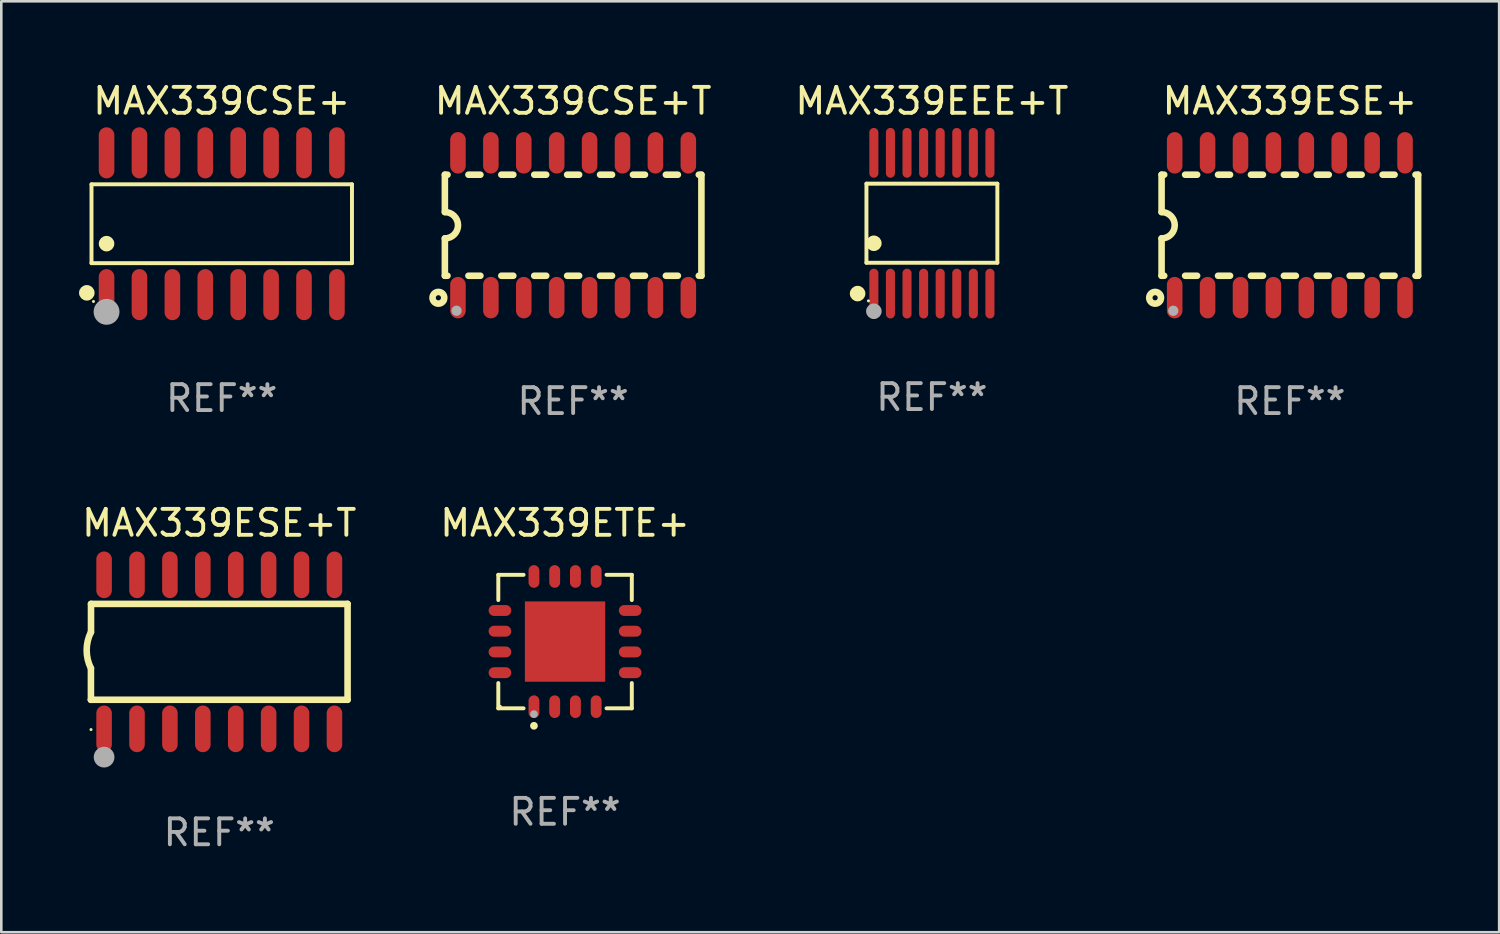
<source format=kicad_pcb>
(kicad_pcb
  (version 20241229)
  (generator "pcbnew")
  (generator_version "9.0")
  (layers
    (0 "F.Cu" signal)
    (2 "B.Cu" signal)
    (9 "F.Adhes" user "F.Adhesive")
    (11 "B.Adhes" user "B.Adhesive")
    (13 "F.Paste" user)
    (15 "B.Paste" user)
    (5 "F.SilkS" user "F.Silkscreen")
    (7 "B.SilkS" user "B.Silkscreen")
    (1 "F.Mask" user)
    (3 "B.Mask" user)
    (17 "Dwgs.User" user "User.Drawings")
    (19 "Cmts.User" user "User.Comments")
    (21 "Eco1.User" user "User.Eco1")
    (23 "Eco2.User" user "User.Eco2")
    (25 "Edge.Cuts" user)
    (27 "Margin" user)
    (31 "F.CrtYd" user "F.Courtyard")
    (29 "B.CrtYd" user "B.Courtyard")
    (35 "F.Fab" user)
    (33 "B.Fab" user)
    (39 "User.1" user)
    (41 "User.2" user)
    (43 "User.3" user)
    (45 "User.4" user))
  (footprint "MAX339ESE+T"
    (layer "F.Cu")
    (at 5.411 22.105)
    (property "Reference" "MAX339ESE+T" (at 0 -4.972 0) (layer "F.SilkS") (effects (font (size 1 1) (thickness 0.15))))
    (attr through_hole)
    (fp_line (start -4.952 0.635) (end -4.952 1.85) (stroke (width 0.254) (type solid)) (layer "F.SilkS"))
    (fp_line (start -4.952 1.85) (end -4.949 1.85) (stroke (width 0.254) (type solid)) (layer "F.SilkS"))
    (fp_line (start -4.949 -1.85) (end -4.949 -0.762) (stroke (width 0.254) (type solid)) (layer "F.SilkS"))
    (fp_line (start -4.949 1.85) (end 4.952 1.85) (stroke (width 0.254) (type solid)) (layer "F.SilkS"))
    (fp_line (start 4.952 -1.85) (end -4.949 -1.85) (stroke (width 0.254) (type solid)) (layer "F.SilkS"))
    (fp_line (start 4.952 1.85) (end 4.952 -1.85) (stroke (width 0.254) (type solid)) (layer "F.SilkS"))
    (fp_arc (start -4.951524 0.635001) (mid -5.116418 -0.0635) (end -4.951524 -0.762002) (stroke (width 0.254001) (type solid)) (layer "F.SilkS"))
    (fp_circle (center -4.949 3) (end -4.919 3) (stroke (width 0.06) (type solid)) (fill no) (layer "F.SilkS"))
    (fp_circle (center -4.444 4.064) (end -4.244 4.064) (stroke (width 0.4) (type solid)) (fill no) (layer "F.Fab"))
    (fp_text user "REF**" (at 0 6.972 0) (layer "F.Fab") (effects (font (size 1 1) (thickness 0.15))))
    (pad "1" smd oval (at -4.444 2.972 180) (size 0.6 1.8) (layers "F.Cu" "F.Mask" "F.Paste"))
    (pad "2" smd oval (at -3.174 2.972 180) (size 0.6 1.8) (layers "F.Cu" "F.Mask" "F.Paste"))
    (pad "3" smd oval (at -1.904 2.972 180) (size 0.6 1.8) (layers "F.Cu" "F.Mask" "F.Paste"))
    (pad "4" smd oval (at -0.634 2.972 180) (size 0.6 1.8) (layers "F.Cu" "F.Mask" "F.Paste"))
    (pad "5" smd oval (at 0.636 2.972 180) (size 0.6 1.8) (layers "F.Cu" "F.Mask" "F.Paste"))
    (pad "6" smd oval (at 1.906 2.972 180) (size 0.6 1.8) (layers "F.Cu" "F.Mask" "F.Paste"))
    (pad "7" smd oval (at 3.176 2.972 180) (size 0.6 1.8) (layers "F.Cu" "F.Mask" "F.Paste"))
    (pad "8" smd oval (at 4.446 2.972 180) (size 0.6 1.8) (layers "F.Cu" "F.Mask" "F.Paste"))
    (pad "9" smd oval (at 4.446 -2.972 180) (size 0.6 1.8) (layers "F.Cu" "F.Mask" "F.Paste"))
    (pad "10" smd oval (at 3.176 -2.972 180) (size 0.6 1.8) (layers "F.Cu" "F.Mask" "F.Paste"))
    (pad "11" smd oval (at 1.906 -2.972 180) (size 0.6 1.8) (layers "F.Cu" "F.Mask" "F.Paste"))
    (pad "12" smd oval (at 0.636 -2.972 180) (size 0.6 1.8) (layers "F.Cu" "F.Mask" "F.Paste"))
    (pad "13" smd oval (at -0.634 -2.972 180) (size 0.6 1.8) (layers "F.Cu" "F.Mask" "F.Paste"))
    (pad "14" smd oval (at -1.904 -2.972 180) (size 0.6 1.8) (layers "F.Cu" "F.Mask" "F.Paste"))
    (pad "15" smd oval (at -3.174 -2.972 180) (size 0.6 1.8) (layers "F.Cu" "F.Mask" "F.Paste"))
    (pad "16" smd oval (at -4.444 -2.972 180) (size 0.6 1.8) (layers "F.Cu" "F.Mask" "F.Paste")))
  (footprint "MAX339CSE+T"
    (layer "F.Cu")
    (at 19.068 5.642)
    (property "Reference" "MAX339CSE+T" (at 0 -4.794 0) (layer "F.SilkS") (effects (font (size 1 1) (thickness 0.15))))
    (attr through_hole)
    (fp_line (start -4.95 -1.95) (end -4.95 -0.508) (stroke (width 0.254) (type solid)) (layer "F.SilkS"))
    (fp_line (start -4.95 -1.95) (end -4.849 -1.95) (stroke (width 0.254) (type solid)) (layer "F.SilkS"))
    (fp_line (start -4.95 1.95) (end -4.95 0.508) (stroke (width 0.254) (type solid)) (layer "F.SilkS"))
    (fp_line (start -4.95 1.95) (end -4.849 1.95) (stroke (width 0.254) (type solid)) (layer "F.SilkS"))
    (fp_line (start -4.041 -1.95) (end -3.579 -1.95) (stroke (width 0.254) (type solid)) (layer "F.SilkS"))
    (fp_line (start -4.041 1.95) (end -3.579 1.95) (stroke (width 0.254) (type solid)) (layer "F.SilkS"))
    (fp_line (start -2.771 -1.95) (end -2.309 -1.95) (stroke (width 0.254) (type solid)) (layer "F.SilkS"))
    (fp_line (start -2.771 1.95) (end -2.309 1.95) (stroke (width 0.254) (type solid)) (layer "F.SilkS"))
    (fp_line (start -1.501 -1.95) (end -1.039 -1.95) (stroke (width 0.254) (type solid)) (layer "F.SilkS"))
    (fp_line (start -1.501 1.95) (end -1.039 1.95) (stroke (width 0.254) (type solid)) (layer "F.SilkS"))
    (fp_line (start -0.231 -1.95) (end 0.231 -1.95) (stroke (width 0.254) (type solid)) (layer "F.SilkS"))
    (fp_line (start -0.231 1.95) (end 0.231 1.95) (stroke (width 0.254) (type solid)) (layer "F.SilkS"))
    (fp_line (start 1.039 -1.95) (end 1.501 -1.95) (stroke (width 0.254) (type solid)) (layer "F.SilkS"))
    (fp_line (start 1.039 1.95) (end 1.501 1.95) (stroke (width 0.254) (type solid)) (layer "F.SilkS"))
    (fp_line (start 2.309 -1.95) (end 2.771 -1.95) (stroke (width 0.254) (type solid)) (layer "F.SilkS"))
    (fp_line (start 2.309 1.95) (end 2.771 1.95) (stroke (width 0.254) (type solid)) (layer "F.SilkS"))
    (fp_line (start 3.579 -1.95) (end 4.041 -1.95) (stroke (width 0.254) (type solid)) (layer "F.SilkS"))
    (fp_line (start 3.579 1.95) (end 4.041 1.95) (stroke (width 0.254) (type solid)) (layer "F.SilkS"))
    (fp_line (start 4.849 -1.95) (end 4.95 -1.95) (stroke (width 0.254) (type solid)) (layer "F.SilkS"))
    (fp_line (start 4.849 1.95) (end 4.95 1.95) (stroke (width 0.254) (type solid)) (layer "F.SilkS"))
    (fp_line (start 4.95 -1.95) (end 4.95 1.95) (stroke (width 0.254) (type solid)) (layer "F.SilkS"))
    (fp_arc (start -4.95047 -0.508001) (mid -4.442469 -0.000228) (end -4.950013 0.508001) (stroke (width 0.254001) (type solid)) (layer "F.SilkS"))
    (fp_circle (center -5.2 2.8) (end -5.1 2.8) (stroke (width 0.254) (type solid)) (fill no) (layer "F.SilkS"))
    (fp_circle (center -4.95 2.947) (end -4.92 2.947) (stroke (width 0.06) (type solid)) (fill no) (layer "F.SilkS"))
    (fp_circle (center -4.5 3.3) (end -4.4 3.3) (stroke (width 0.2) (type solid)) (fill no) (layer "F.Fab"))
    (fp_text user "REF**" (at 0 6.794 0) (layer "F.Fab") (effects (font (size 1 1) (thickness 0.15))))
    (pad "1" smd oval (at -4.445 2.794) (size 0.6 1.6) (layers "F.Cu" "F.Mask" "F.Paste"))
    (pad "2" smd oval (at -3.175 2.794) (size 0.6 1.6) (layers "F.Cu" "F.Mask" "F.Paste"))
    (pad "3" smd oval (at -1.905 2.794) (size 0.6 1.6) (layers "F.Cu" "F.Mask" "F.Paste"))
    (pad "4" smd oval (at -0.635 2.794) (size 0.6 1.6) (layers "F.Cu" "F.Mask" "F.Paste"))
    (pad "5" smd oval (at 0.635 2.794) (size 0.6 1.6) (layers "F.Cu" "F.Mask" "F.Paste"))
    (pad "6" smd oval (at 1.905 2.794) (size 0.6 1.6) (layers "F.Cu" "F.Mask" "F.Paste"))
    (pad "7" smd oval (at 3.175 2.794) (size 0.6 1.6) (layers "F.Cu" "F.Mask" "F.Paste"))
    (pad "8" smd oval (at 4.445 2.794) (size 0.6 1.6) (layers "F.Cu" "F.Mask" "F.Paste"))
    (pad "9" smd oval (at 4.445 -2.794) (size 0.6 1.6) (layers "F.Cu" "F.Mask" "F.Paste"))
    (pad "10" smd oval (at 3.175 -2.794) (size 0.6 1.6) (layers "F.Cu" "F.Mask" "F.Paste"))
    (pad "11" smd oval (at 1.905 -2.794) (size 0.6 1.6) (layers "F.Cu" "F.Mask" "F.Paste"))
    (pad "12" smd oval (at 0.635 -2.794) (size 0.6 1.6) (layers "F.Cu" "F.Mask" "F.Paste"))
    (pad "13" smd oval (at -0.635 -2.794) (size 0.6 1.6) (layers "F.Cu" "F.Mask" "F.Paste"))
    (pad "14" smd oval (at -1.905 -2.794) (size 0.6 1.6) (layers "F.Cu" "F.Mask" "F.Paste"))
    (pad "15" smd oval (at -3.175 -2.794) (size 0.6 1.6) (layers "F.Cu" "F.Mask" "F.Paste"))
    (pad "16" smd oval (at -4.445 -2.794) (size 0.6 1.6) (layers "F.Cu" "F.Mask" "F.Paste")))
  (footprint "MAX339CSE+"
    (layer "F.Cu")
    (at 5.507 5.584)
    (property "Reference" "MAX339CSE+" (at 0 -4.736 0) (layer "F.SilkS") (effects (font (size 1 1) (thickness 0.15))))
    (attr through_hole)
    (fp_line (start -5.026 -1.521) (end 5.026 -1.521) (stroke (width 0.152) (type solid)) (layer "F.SilkS"))
    (fp_line (start -5.026 1.521) (end -5.026 -1.521) (stroke (width 0.152) (type solid)) (layer "F.SilkS"))
    (fp_line (start 5.026 -1.521) (end 5.026 1.521) (stroke (width 0.152) (type solid)) (layer "F.SilkS"))
    (fp_line (start 5.026 1.521) (end -5.026 1.521) (stroke (width 0.152) (type solid)) (layer "F.SilkS"))
    (fp_circle (center -5.207 2.667) (end -5.057 2.667) (stroke (width 0.3) (type solid)) (fill no) (layer "F.SilkS"))
    (fp_circle (center -4.95 3) (end -4.92 3) (stroke (width 0.06) (type solid)) (fill no) (layer "F.SilkS"))
    (fp_circle (center -4.445 0.769) (end -4.295 0.769) (stroke (width 0.3) (type solid)) (fill no) (layer "F.SilkS"))
    (fp_circle (center -4.445 3.4) (end -4.195 3.4) (stroke (width 0.5) (type solid)) (fill no) (layer "F.Fab"))
    (fp_text user "REF**" (at 0 6.736 0) (layer "F.Fab") (effects (font (size 1 1) (thickness 0.15))))
    (pad "1" smd oval (at -4.445 2.736) (size 0.602 1.971) (layers "F.Cu" "F.Mask" "F.Paste"))
    (pad "2" smd oval (at -3.175 2.736) (size 0.602 1.971) (layers "F.Cu" "F.Mask" "F.Paste"))
    (pad "3" smd oval (at -1.905 2.736) (size 0.602 1.971) (layers "F.Cu" "F.Mask" "F.Paste"))
    (pad "4" smd oval (at -0.635 2.736) (size 0.602 1.971) (layers "F.Cu" "F.Mask" "F.Paste"))
    (pad "5" smd oval (at 0.635 2.736) (size 0.602 1.971) (layers "F.Cu" "F.Mask" "F.Paste"))
    (pad "6" smd oval (at 1.905 2.736) (size 0.602 1.971) (layers "F.Cu" "F.Mask" "F.Paste"))
    (pad "7" smd oval (at 3.175 2.736) (size 0.602 1.971) (layers "F.Cu" "F.Mask" "F.Paste"))
    (pad "8" smd oval (at 4.445 2.736) (size 0.602 1.971) (layers "F.Cu" "F.Mask" "F.Paste"))
    (pad "9" smd oval (at 4.445 -2.736) (size 0.602 1.971) (layers "F.Cu" "F.Mask" "F.Paste"))
    (pad "10" smd oval (at 3.175 -2.736) (size 0.602 1.971) (layers "F.Cu" "F.Mask" "F.Paste"))
    (pad "11" smd oval (at 1.905 -2.736) (size 0.602 1.971) (layers "F.Cu" "F.Mask" "F.Paste"))
    (pad "12" smd oval (at 0.635 -2.736) (size 0.602 1.971) (layers "F.Cu" "F.Mask" "F.Paste"))
    (pad "13" smd oval (at -0.635 -2.736) (size 0.602 1.971) (layers "F.Cu" "F.Mask" "F.Paste"))
    (pad "14" smd oval (at -1.905 -2.736) (size 0.602 1.971) (layers "F.Cu" "F.Mask" "F.Paste"))
    (pad "15" smd oval (at -3.175 -2.736) (size 0.602 1.971) (layers "F.Cu" "F.Mask" "F.Paste"))
    (pad "16" smd oval (at -4.445 -2.736) (size 0.602 1.971) (layers "F.Cu" "F.Mask" "F.Paste")))
  (footprint "MAX339ESE+"
    (layer "F.Cu")
    (at 46.727 5.642)
    (property "Reference" "MAX339ESE+" (at 0 -4.794 0) (layer "F.SilkS") (effects (font (size 1 1) (thickness 0.15))))
    (attr through_hole)
    (fp_line (start -4.95 -1.95) (end -4.95 -0.508) (stroke (width 0.254) (type solid)) (layer "F.SilkS"))
    (fp_line (start -4.95 -1.95) (end -4.849 -1.95) (stroke (width 0.254) (type solid)) (layer "F.SilkS"))
    (fp_line (start -4.95 1.95) (end -4.95 0.508) (stroke (width 0.254) (type solid)) (layer "F.SilkS"))
    (fp_line (start -4.95 1.95) (end -4.849 1.95) (stroke (width 0.254) (type solid)) (layer "F.SilkS"))
    (fp_line (start -4.041 -1.95) (end -3.579 -1.95) (stroke (width 0.254) (type solid)) (layer "F.SilkS"))
    (fp_line (start -4.041 1.95) (end -3.579 1.95) (stroke (width 0.254) (type solid)) (layer "F.SilkS"))
    (fp_line (start -2.771 -1.95) (end -2.309 -1.95) (stroke (width 0.254) (type solid)) (layer "F.SilkS"))
    (fp_line (start -2.771 1.95) (end -2.309 1.95) (stroke (width 0.254) (type solid)) (layer "F.SilkS"))
    (fp_line (start -1.501 -1.95) (end -1.039 -1.95) (stroke (width 0.254) (type solid)) (layer "F.SilkS"))
    (fp_line (start -1.501 1.95) (end -1.039 1.95) (stroke (width 0.254) (type solid)) (layer "F.SilkS"))
    (fp_line (start -0.231 -1.95) (end 0.231 -1.95) (stroke (width 0.254) (type solid)) (layer "F.SilkS"))
    (fp_line (start -0.231 1.95) (end 0.231 1.95) (stroke (width 0.254) (type solid)) (layer "F.SilkS"))
    (fp_line (start 1.039 -1.95) (end 1.501 -1.95) (stroke (width 0.254) (type solid)) (layer "F.SilkS"))
    (fp_line (start 1.039 1.95) (end 1.501 1.95) (stroke (width 0.254) (type solid)) (layer "F.SilkS"))
    (fp_line (start 2.309 -1.95) (end 2.771 -1.95) (stroke (width 0.254) (type solid)) (layer "F.SilkS"))
    (fp_line (start 2.309 1.95) (end 2.771 1.95) (stroke (width 0.254) (type solid)) (layer "F.SilkS"))
    (fp_line (start 3.579 -1.95) (end 4.041 -1.95) (stroke (width 0.254) (type solid)) (layer "F.SilkS"))
    (fp_line (start 3.579 1.95) (end 4.041 1.95) (stroke (width 0.254) (type solid)) (layer "F.SilkS"))
    (fp_line (start 4.849 -1.95) (end 4.95 -1.95) (stroke (width 0.254) (type solid)) (layer "F.SilkS"))
    (fp_line (start 4.849 1.95) (end 4.95 1.95) (stroke (width 0.254) (type solid)) (layer "F.SilkS"))
    (fp_line (start 4.95 -1.95) (end 4.95 1.95) (stroke (width 0.254) (type solid)) (layer "F.SilkS"))
    (fp_arc (start -4.95047 -0.508001) (mid -4.442469 -0.000228) (end -4.950013 0.508001) (stroke (width 0.254001) (type solid)) (layer "F.SilkS"))
    (fp_circle (center -5.2 2.8) (end -5.1 2.8) (stroke (width 0.254) (type solid)) (fill no) (layer "F.SilkS"))
    (fp_circle (center -4.95 2.947) (end -4.92 2.947) (stroke (width 0.06) (type solid)) (fill no) (layer "F.SilkS"))
    (fp_circle (center -4.5 3.3) (end -4.4 3.3) (stroke (width 0.2) (type solid)) (fill no) (layer "F.Fab"))
    (fp_text user "REF**" (at 0 6.794 0) (layer "F.Fab") (effects (font (size 1 1) (thickness 0.15))))
    (pad "1" smd oval (at -4.445 2.794) (size 0.6 1.6) (layers "F.Cu" "F.Mask" "F.Paste"))
    (pad "2" smd oval (at -3.175 2.794) (size 0.6 1.6) (layers "F.Cu" "F.Mask" "F.Paste"))
    (pad "3" smd oval (at -1.905 2.794) (size 0.6 1.6) (layers "F.Cu" "F.Mask" "F.Paste"))
    (pad "4" smd oval (at -0.635 2.794) (size 0.6 1.6) (layers "F.Cu" "F.Mask" "F.Paste"))
    (pad "5" smd oval (at 0.635 2.794) (size 0.6 1.6) (layers "F.Cu" "F.Mask" "F.Paste"))
    (pad "6" smd oval (at 1.905 2.794) (size 0.6 1.6) (layers "F.Cu" "F.Mask" "F.Paste"))
    (pad "7" smd oval (at 3.175 2.794) (size 0.6 1.6) (layers "F.Cu" "F.Mask" "F.Paste"))
    (pad "8" smd oval (at 4.445 2.794) (size 0.6 1.6) (layers "F.Cu" "F.Mask" "F.Paste"))
    (pad "9" smd oval (at 4.445 -2.794) (size 0.6 1.6) (layers "F.Cu" "F.Mask" "F.Paste"))
    (pad "10" smd oval (at 3.175 -2.794) (size 0.6 1.6) (layers "F.Cu" "F.Mask" "F.Paste"))
    (pad "11" smd oval (at 1.905 -2.794) (size 0.6 1.6) (layers "F.Cu" "F.Mask" "F.Paste"))
    (pad "12" smd oval (at 0.635 -2.794) (size 0.6 1.6) (layers "F.Cu" "F.Mask" "F.Paste"))
    (pad "13" smd oval (at -0.635 -2.794) (size 0.6 1.6) (layers "F.Cu" "F.Mask" "F.Paste"))
    (pad "14" smd oval (at -1.905 -2.794) (size 0.6 1.6) (layers "F.Cu" "F.Mask" "F.Paste"))
    (pad "15" smd oval (at -3.175 -2.794) (size 0.6 1.6) (layers "F.Cu" "F.Mask" "F.Paste"))
    (pad "16" smd oval (at -4.445 -2.794) (size 0.6 1.6) (layers "F.Cu" "F.Mask" "F.Paste")))
  (footprint "MAX339EEE+T"
    (layer "F.Cu")
    (at 32.913 5.564)
    (property "Reference" "MAX339EEE+T" (at 0 -4.716 0) (layer "F.SilkS") (effects (font (size 1 1) (thickness 0.15))))
    (attr through_hole)
    (fp_line (start -2.526 -1.526) (end 2.526 -1.526) (stroke (width 0.152) (type solid)) (layer "F.SilkS"))
    (fp_line (start -2.526 1.526) (end -2.526 -1.526) (stroke (width 0.152) (type solid)) (layer "F.SilkS"))
    (fp_line (start 2.526 -1.526) (end 2.526 1.526) (stroke (width 0.152) (type solid)) (layer "F.SilkS"))
    (fp_line (start 2.526 1.526) (end -2.526 1.526) (stroke (width 0.152) (type solid)) (layer "F.SilkS"))
    (fp_circle (center -2.867 2.716) (end -2.717 2.716) (stroke (width 0.3) (type solid)) (fill no) (layer "F.SilkS"))
    (fp_circle (center -2.45 2.997) (end -2.42 2.997) (stroke (width 0.06) (type solid)) (fill no) (layer "F.SilkS"))
    (fp_circle (center -2.24 0.774) (end -2.09 0.774) (stroke (width 0.3) (type solid)) (fill no) (layer "F.SilkS"))
    (fp_circle (center -2.24 3.398) (end -2.09 3.398) (stroke (width 0.3) (type solid)) (fill no) (layer "F.Fab"))
    (fp_text user "REF**" (at 0 6.716 0) (layer "F.Fab") (effects (font (size 1 1) (thickness 0.15))))
    (pad "1" smd oval (at -2.24 2.716) (size 0.35 1.922) (layers "F.Cu" "F.Mask" "F.Paste"))
    (pad "2" smd oval (at -1.6 2.716) (size 0.35 1.922) (layers "F.Cu" "F.Mask" "F.Paste"))
    (pad "3" smd oval (at -0.96 2.716) (size 0.35 1.922) (layers "F.Cu" "F.Mask" "F.Paste"))
    (pad "4" smd oval (at -0.32 2.716) (size 0.35 1.922) (layers "F.Cu" "F.Mask" "F.Paste"))
    (pad "5" smd oval (at 0.32 2.716) (size 0.35 1.922) (layers "F.Cu" "F.Mask" "F.Paste"))
    (pad "6" smd oval (at 0.96 2.716) (size 0.35 1.922) (layers "F.Cu" "F.Mask" "F.Paste"))
    (pad "7" smd oval (at 1.6 2.716) (size 0.35 1.922) (layers "F.Cu" "F.Mask" "F.Paste"))
    (pad "8" smd oval (at 2.24 2.716) (size 0.35 1.922) (layers "F.Cu" "F.Mask" "F.Paste"))
    (pad "9" smd oval (at 2.24 -2.716) (size 0.35 1.922) (layers "F.Cu" "F.Mask" "F.Paste"))
    (pad "10" smd oval (at 1.6 -2.716) (size 0.35 1.922) (layers "F.Cu" "F.Mask" "F.Paste"))
    (pad "11" smd oval (at 0.96 -2.716) (size 0.35 1.922) (layers "F.Cu" "F.Mask" "F.Paste"))
    (pad "12" smd oval (at 0.32 -2.716) (size 0.35 1.922) (layers "F.Cu" "F.Mask" "F.Paste"))
    (pad "13" smd oval (at -0.32 -2.716) (size 0.35 1.922) (layers "F.Cu" "F.Mask" "F.Paste"))
    (pad "14" smd oval (at -0.96 -2.716) (size 0.35 1.922) (layers "F.Cu" "F.Mask" "F.Paste"))
    (pad "15" smd oval (at -1.6 -2.716) (size 0.35 1.922) (layers "F.Cu" "F.Mask" "F.Paste"))
    (pad "16" smd oval (at -2.24 -2.716) (size 0.35 1.922) (layers "F.Cu" "F.Mask" "F.Paste")))
  (footprint "MAX339ETE+"
    (layer "F.Cu")
    (at 18.756 21.709)
    (property "Reference" "MAX339ETE+" (at 0 -4.576 0) (layer "F.SilkS") (effects (font (size 1 1) (thickness 0.15))))
    (attr through_hole)
    (fp_line (start -2.576 -2.576) (end -1.601 -2.576) (stroke (width 0.152) (type solid)) (layer "F.SilkS"))
    (fp_line (start -2.576 -1.601) (end -2.576 -2.576) (stroke (width 0.152) (type solid)) (layer "F.SilkS"))
    (fp_line (start -2.576 1.601) (end -2.576 2.576) (stroke (width 0.152) (type solid)) (layer "F.SilkS"))
    (fp_line (start -2.576 2.576) (end -1.601 2.576) (stroke (width 0.152) (type solid)) (layer "F.SilkS"))
    (fp_line (start 2.576 -2.576) (end 1.601 -2.576) (stroke (width 0.152) (type solid)) (layer "F.SilkS"))
    (fp_line (start 2.576 -1.601) (end 2.576 -2.576) (stroke (width 0.152) (type solid)) (layer "F.SilkS"))
    (fp_line (start 2.576 1.601) (end 2.576 2.576) (stroke (width 0.152) (type solid)) (layer "F.SilkS"))
    (fp_line (start 2.576 2.576) (end 1.601 2.576) (stroke (width 0.152) (type solid)) (layer "F.SilkS"))
    (fp_circle (center -2.5 2.5) (end -2.47 2.5) (stroke (width 0.06) (type solid)) (fill no) (layer "F.SilkS"))
    (fp_circle (center -1.2 3.25) (end -1.125 3.25) (stroke (width 0.15) (type solid)) (fill no) (layer "F.SilkS"))
    (fp_circle (center -1.2 2.8) (end -1.125 2.8) (stroke (width 0.15) (type solid)) (fill no) (layer "F.Fab"))
    (fp_text user "REF**" (at 0 6.576 0) (layer "F.Fab") (effects (font (size 1 1) (thickness 0.15))))
    (pad "1" smd oval (at -1.2 2.513) (size 0.42 0.875) (layers "F.Cu" "F.Mask" "F.Paste"))
    (pad "2" smd oval (at -0.4 2.513) (size 0.42 0.875) (layers "F.Cu" "F.Mask" "F.Paste"))
    (pad "3" smd oval (at 0.4 2.513) (size 0.42 0.875) (layers "F.Cu" "F.Mask" "F.Paste"))
    (pad "4" smd oval (at 1.2 2.513) (size 0.42 0.875) (layers "F.Cu" "F.Mask" "F.Paste"))
    (pad "5" smd oval (at 2.513 1.2) (size 0.875 0.42) (layers "F.Cu" "F.Mask" "F.Paste"))
    (pad "6" smd oval (at 2.513 0.4) (size 0.875 0.42) (layers "F.Cu" "F.Mask" "F.Paste"))
    (pad "7" smd oval (at 2.513 -0.4) (size 0.875 0.42) (layers "F.Cu" "F.Mask" "F.Paste"))
    (pad "8" smd oval (at 2.513 -1.2) (size 0.875 0.42) (layers "F.Cu" "F.Mask" "F.Paste"))
    (pad "9" smd oval (at 1.2 -2.513) (size 0.42 0.875) (layers "F.Cu" "F.Mask" "F.Paste"))
    (pad "10" smd oval (at 0.4 -2.513) (size 0.42 0.875) (layers "F.Cu" "F.Mask" "F.Paste"))
    (pad "11" smd oval (at -0.4 -2.513) (size 0.42 0.875) (layers "F.Cu" "F.Mask" "F.Paste"))
    (pad "12" smd oval (at -1.2 -2.513) (size 0.42 0.875) (layers "F.Cu" "F.Mask" "F.Paste"))
    (pad "13" smd oval (at -2.513 -1.2) (size 0.875 0.42) (layers "F.Cu" "F.Mask" "F.Paste"))
    (pad "14" smd oval (at -2.513 -0.4) (size 0.875 0.42) (layers "F.Cu" "F.Mask" "F.Paste"))
    (pad "15" smd oval (at -2.513 0.4) (size 0.875 0.42) (layers "F.Cu" "F.Mask" "F.Paste"))
    (pad "16" smd oval (at -2.513 1.2) (size 0.875 0.42) (layers "F.Cu" "F.Mask" "F.Paste"))
    (pad "17" smd rect (at 0 0) (size 3.1 3.1) (layers "F.Cu" "F.Mask" "F.Paste")))
  (gr_rect
    (start -3 -3)
    (end 54.804 32.925)
    (stroke (width 0.1) (type default))
    (fill no)
    (layer "Edge.Cuts")))
</source>
